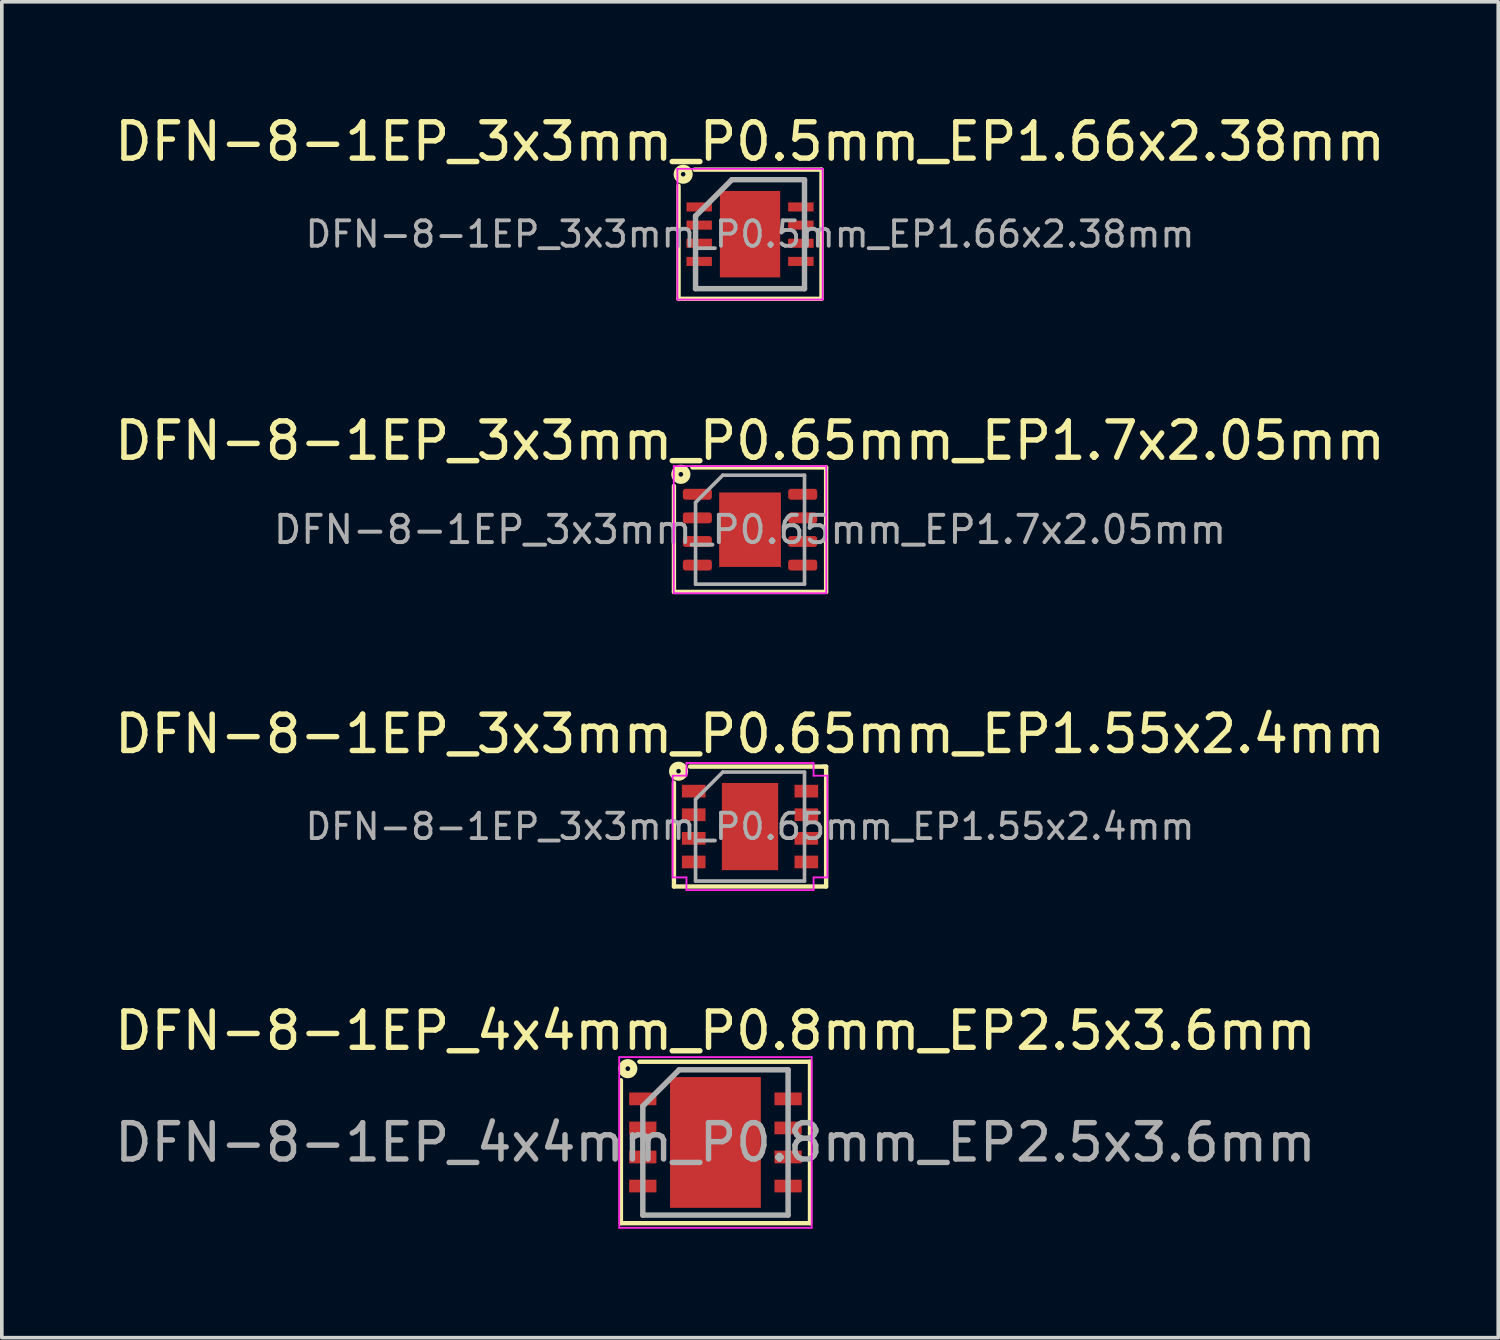
<source format=kicad_pcb>
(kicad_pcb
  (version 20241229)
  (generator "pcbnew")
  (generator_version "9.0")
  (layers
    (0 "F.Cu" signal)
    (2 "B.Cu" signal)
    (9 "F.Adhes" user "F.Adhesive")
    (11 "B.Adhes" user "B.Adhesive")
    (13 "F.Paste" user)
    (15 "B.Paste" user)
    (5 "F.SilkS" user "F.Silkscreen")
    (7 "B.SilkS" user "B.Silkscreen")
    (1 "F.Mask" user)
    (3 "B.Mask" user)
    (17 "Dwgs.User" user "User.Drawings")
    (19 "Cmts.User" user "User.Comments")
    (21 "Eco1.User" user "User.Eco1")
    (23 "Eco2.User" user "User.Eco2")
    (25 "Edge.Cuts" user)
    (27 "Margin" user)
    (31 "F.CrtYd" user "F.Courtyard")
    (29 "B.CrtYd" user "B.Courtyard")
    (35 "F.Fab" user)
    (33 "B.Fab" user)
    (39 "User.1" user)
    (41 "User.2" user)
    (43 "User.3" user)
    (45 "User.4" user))
  (footprint "DFN-8-1EP_4x4mm_P0.8mm_EP2.5x3.6mm"
    (layer "F.Cu")
    (at 16.649 28.406)
    (property "Reference" "DFN-8-1EP_4x4mm_P0.8mm_EP2.5x3.6mm" (at 0 -3.075 0) (layer "F.SilkS") (effects (font (size 1 1) (thickness 0.15))))
    (attr smd)
    (fp_line (start -2.603 2.223) (end -2.603 -1.714) (stroke (width 0.12) (type solid)) (layer "F.SilkS"))
    (fp_line (start -2.095 -2.223) (end 2.603 -2.223) (stroke (width 0.12) (type solid)) (layer "F.SilkS"))
    (fp_line (start 2.603 -2.223) (end 2.603 2.223) (stroke (width 0.12) (type solid)) (layer "F.SilkS"))
    (fp_line (start 2.603 2.223) (end -2.603 2.223) (stroke (width 0.12) (type solid)) (layer "F.SilkS"))
    (fp_circle (center -2.413 -2.032) (end -2.349 -2.032) (stroke (width 0.2) (type solid)) (fill no) (layer "F.SilkS"))
    (fp_line (start -2.65 -2.35) (end -2.65 2.35) (stroke (width 0.05) (type solid)) (layer "F.CrtYd"))
    (fp_line (start -2.65 -2.35) (end 2.65 -2.35) (stroke (width 0.05) (type solid)) (layer "F.CrtYd"))
    (fp_line (start -2.65 2.35) (end 2.65 2.35) (stroke (width 0.05) (type solid)) (layer "F.CrtYd"))
    (fp_line (start 2.65 -2.35) (end 2.65 2.35) (stroke (width 0.05) (type solid)) (layer "F.CrtYd"))
    (fp_line (start -2 -1) (end -1 -2) (stroke (width 0.15) (type solid)) (layer "F.Fab"))
    (fp_line (start -2 2) (end -2 -1) (stroke (width 0.15) (type solid)) (layer "F.Fab"))
    (fp_line (start -1 -2) (end 2 -2) (stroke (width 0.15) (type solid)) (layer "F.Fab"))
    (fp_line (start 2 -2) (end 2 2) (stroke (width 0.15) (type solid)) (layer "F.Fab"))
    (fp_line (start 2 2) (end -2 2) (stroke (width 0.15) (type solid)) (layer "F.Fab"))
    (fp_text user "${REFERENCE}" (at 0 0 0) (layer "F.Fab") (effects (font (size 1 1) (thickness 0.15))))
    (pad "" smd rect (at -0.625 -1.2) (size 1 1) (layers "F.Paste"))
    (pad "" smd rect (at -0.625 0) (size 1 1) (layers "F.Paste"))
    (pad "" smd rect (at -0.625 1.2) (size 1 1) (layers "F.Paste"))
    (pad "" smd rect (at 0.625 -1.2) (size 1 1) (layers "F.Paste"))
    (pad "" smd rect (at 0.625 0) (size 1 1) (layers "F.Paste"))
    (pad "" smd rect (at 0.625 1.2) (size 1 1) (layers "F.Paste"))
    (pad "1" smd rect (at -2 -1.2) (size 0.75 0.35) (layers "F.Cu" "F.Mask" "F.Paste"))
    (pad "2" smd rect (at -2 -0.4) (size 0.75 0.35) (layers "F.Cu" "F.Mask" "F.Paste"))
    (pad "3" smd rect (at -2 0.4) (size 0.75 0.35) (layers "F.Cu" "F.Mask" "F.Paste"))
    (pad "4" smd rect (at -2 1.2) (size 0.75 0.35) (layers "F.Cu" "F.Mask" "F.Paste"))
    (pad "5" smd rect (at 2 1.2) (size 0.75 0.35) (layers "F.Cu" "F.Mask" "F.Paste"))
    (pad "6" smd rect (at 2 0.4) (size 0.75 0.35) (layers "F.Cu" "F.Mask" "F.Paste"))
    (pad "7" smd rect (at 2 -0.4) (size 0.75 0.35) (layers "F.Cu" "F.Mask" "F.Paste"))
    (pad "8" smd rect (at 2 -1.2) (size 0.75 0.35) (layers "F.Cu" "F.Mask" "F.Paste"))
    (pad "9" smd rect (at 0 0) (size 2.5 3.6) (layers "F.Cu" "F.Mask")))
  (footprint "DFN-8-1EP_3x3mm_P0.5mm_EP1.66x2.38mm"
    (layer "F.Cu")
    (at 17.601 3.398)
    (property "Reference" "DFN-8-1EP_3x3mm_P0.5mm_EP1.66x2.38mm" (at 0 -2.55 0) (layer "F.SilkS") (effects (font (size 1 1) (thickness 0.15))))
    (attr smd)
    (fp_line (start -1.968 1.778) (end -1.968 -1.333) (stroke (width 0.12) (type solid)) (layer "F.SilkS"))
    (fp_line (start -1.524 -1.778) (end 1.968 -1.778) (stroke (width 0.12) (type solid)) (layer "F.SilkS"))
    (fp_line (start 1.968 -1.778) (end 1.968 1.778) (stroke (width 0.12) (type solid)) (layer "F.SilkS"))
    (fp_line (start 1.968 1.778) (end -1.968 1.778) (stroke (width 0.12) (type solid)) (layer "F.SilkS"))
    (fp_circle (center -1.841 -1.651) (end -1.778 -1.651) (stroke (width 0.2) (type solid)) (fill no) (layer "F.SilkS"))
    (fp_line (start -2 -1.8) (end -2 1.8) (stroke (width 0.05) (type solid)) (layer "F.CrtYd"))
    (fp_line (start -2 -1.8) (end 2 -1.8) (stroke (width 0.05) (type solid)) (layer "F.CrtYd"))
    (fp_line (start -2 1.8) (end 2 1.8) (stroke (width 0.05) (type solid)) (layer "F.CrtYd"))
    (fp_line (start 2 -1.8) (end 2 1.8) (stroke (width 0.05) (type solid)) (layer "F.CrtYd"))
    (fp_line (start -1.5 -0.5) (end -0.5 -1.5) (stroke (width 0.15) (type solid)) (layer "F.Fab"))
    (fp_line (start -1.5 1.5) (end -1.5 -0.5) (stroke (width 0.15) (type solid)) (layer "F.Fab"))
    (fp_line (start -0.5 -1.5) (end 1.5 -1.5) (stroke (width 0.15) (type solid)) (layer "F.Fab"))
    (fp_line (start 1.5 -1.5) (end 1.5 1.5) (stroke (width 0.15) (type solid)) (layer "F.Fab"))
    (fp_line (start 1.5 1.5) (end -1.5 1.5) (stroke (width 0.15) (type solid)) (layer "F.Fab"))
    (fp_text user "${REFERENCE}" (at 0 0 0) (layer "F.Fab") (effects (font (size 0.7 0.7) (thickness 0.105))))
    (pad "" smd rect (at -0.415 -0.595) (size 0.64 1) (layers "F.Paste"))
    (pad "" smd rect (at -0.415 0.595) (size 0.64 1) (layers "F.Paste"))
    (pad "" smd rect (at 0.415 -0.595) (size 0.64 1) (layers "F.Paste"))
    (pad "" smd rect (at 0.415 0.595) (size 0.64 1) (layers "F.Paste"))
    (pad "1" smd rect (at -1.4 -0.75) (size 0.7 0.25) (layers "F.Cu" "F.Mask" "F.Paste"))
    (pad "2" smd rect (at -1.4 -0.25) (size 0.7 0.25) (layers "F.Cu" "F.Mask" "F.Paste"))
    (pad "3" smd rect (at -1.4 0.25) (size 0.7 0.25) (layers "F.Cu" "F.Mask" "F.Paste"))
    (pad "4" smd rect (at -1.4 0.75) (size 0.7 0.25) (layers "F.Cu" "F.Mask" "F.Paste"))
    (pad "5" smd rect (at 1.4 0.75) (size 0.7 0.25) (layers "F.Cu" "F.Mask" "F.Paste"))
    (pad "6" smd rect (at 1.4 0.25) (size 0.7 0.25) (layers "F.Cu" "F.Mask" "F.Paste"))
    (pad "7" smd rect (at 1.4 -0.25) (size 0.7 0.25) (layers "F.Cu" "F.Mask" "F.Paste"))
    (pad "8" smd rect (at 1.4 -0.75) (size 0.7 0.25) (layers "F.Cu" "F.Mask" "F.Paste"))
    (pad "9" smd rect (at 0 0) (size 1.66 2.38) (layers "F.Cu" "F.Mask")))
  (footprint "DFN-8-1EP_3x3mm_P0.65mm_EP1.55x2.4mm"
    (layer "F.Cu")
    (at 17.601 19.708)
    (property "Reference" "DFN-8-1EP_3x3mm_P0.65mm_EP1.55x2.4mm" (at 0 -2.55 0) (layer "F.SilkS") (effects (font (size 1 1) (thickness 0.15))))
    (attr smd)
    (fp_line (start -2.095 1.651) (end -2.095 -1.206) (stroke (width 0.12) (type solid)) (layer "F.SilkS"))
    (fp_line (start -1.651 -1.651) (end 2.032 -1.651) (stroke (width 0.12) (type solid)) (layer "F.SilkS"))
    (fp_line (start 2.032 -1.651) (end 2.095 -1.651) (stroke (width 0.12) (type solid)) (layer "F.SilkS"))
    (fp_line (start 2.095 -1.651) (end 2.095 1.651) (stroke (width 0.12) (type solid)) (layer "F.SilkS"))
    (fp_line (start 2.095 1.651) (end -2.095 1.651) (stroke (width 0.12) (type solid)) (layer "F.SilkS"))
    (fp_circle (center -1.968 -1.524) (end -1.905 -1.524) (stroke (width 0.2) (type solid)) (fill no) (layer "F.SilkS"))
    (fp_line (start -2.13 -1.4) (end -2.13 1.4) (stroke (width 0.05) (type solid)) (layer "F.CrtYd"))
    (fp_line (start -1.75 -1.75) (end -1.75 -1.4) (stroke (width 0.05) (type solid)) (layer "F.CrtYd"))
    (fp_line (start -1.75 -1.75) (end 1.75 -1.75) (stroke (width 0.05) (type solid)) (layer "F.CrtYd"))
    (fp_line (start -1.75 -1.4) (end -2.13 -1.4) (stroke (width 0.05) (type solid)) (layer "F.CrtYd"))
    (fp_line (start -1.75 1.4) (end -2.13 1.4) (stroke (width 0.05) (type solid)) (layer "F.CrtYd"))
    (fp_line (start -1.75 1.75) (end -1.75 1.4) (stroke (width 0.05) (type solid)) (layer "F.CrtYd"))
    (fp_line (start -1.75 1.75) (end 1.75 1.75) (stroke (width 0.05) (type solid)) (layer "F.CrtYd"))
    (fp_line (start 1.75 -1.75) (end 1.75 -1.4) (stroke (width 0.05) (type solid)) (layer "F.CrtYd"))
    (fp_line (start 1.75 -1.4) (end 2.13 -1.4) (stroke (width 0.05) (type solid)) (layer "F.CrtYd"))
    (fp_line (start 1.75 1.4) (end 2.13 1.4) (stroke (width 0.05) (type solid)) (layer "F.CrtYd"))
    (fp_line (start 1.75 1.75) (end 1.75 1.4) (stroke (width 0.05) (type solid)) (layer "F.CrtYd"))
    (fp_line (start 2.13 -1.4) (end 2.13 1.4) (stroke (width 0.05) (type solid)) (layer "F.CrtYd"))
    (fp_line (start -1.5 -0.75) (end -0.75 -1.5) (stroke (width 0.1) (type solid)) (layer "F.Fab"))
    (fp_line (start -1.5 1.5) (end -1.5 -0.75) (stroke (width 0.1) (type solid)) (layer "F.Fab"))
    (fp_line (start -0.75 -1.5) (end 1.5 -1.5) (stroke (width 0.1) (type solid)) (layer "F.Fab"))
    (fp_line (start 1.5 -1.5) (end 1.5 1.5) (stroke (width 0.1) (type solid)) (layer "F.Fab"))
    (fp_line (start 1.5 1.5) (end -1.5 1.5) (stroke (width 0.1) (type solid)) (layer "F.Fab"))
    (fp_text user "${REFERENCE}" (at 0 0 0) (layer "F.Fab") (effects (font (size 0.7 0.7) (thickness 0.105))))
    (pad "" smd rect (at -0.388 -0.6) (size 0.6 1) (layers "F.Paste"))
    (pad "" smd rect (at -0.388 0.6) (size 0.6 1) (layers "F.Paste"))
    (pad "" smd rect (at 0.388 -0.6) (size 0.6 1) (layers "F.Paste"))
    (pad "" smd rect (at 0.388 0.6) (size 0.6 1) (layers "F.Paste"))
    (pad "1" smd rect (at -1.55 -0.975) (size 0.65 0.35) (layers "F.Cu" "F.Mask" "F.Paste"))
    (pad "2" smd rect (at -1.55 -0.325) (size 0.65 0.35) (layers "F.Cu" "F.Mask" "F.Paste"))
    (pad "3" smd rect (at -1.55 0.325) (size 0.65 0.35) (layers "F.Cu" "F.Mask" "F.Paste"))
    (pad "4" smd rect (at -1.55 0.975) (size 0.65 0.35) (layers "F.Cu" "F.Mask" "F.Paste"))
    (pad "5" smd rect (at 1.55 0.975) (size 0.65 0.35) (layers "F.Cu" "F.Mask" "F.Paste"))
    (pad "6" smd rect (at 1.55 0.325) (size 0.65 0.35) (layers "F.Cu" "F.Mask" "F.Paste"))
    (pad "7" smd rect (at 1.55 -0.325) (size 0.65 0.35) (layers "F.Cu" "F.Mask" "F.Paste"))
    (pad "8" smd rect (at 1.55 -0.975) (size 0.65 0.35) (layers "F.Cu" "F.Mask" "F.Paste"))
    (pad "9" smd rect (at 0 0) (size 1.55 2.4) (layers "F.Cu" "F.Mask")))
  (footprint "DFN-8-1EP_3x3mm_P0.65mm_EP1.7x2.05mm"
    (layer "F.Cu")
    (at 17.601 11.534)
    (property "Reference" "DFN-8-1EP_3x3mm_P0.65mm_EP1.7x2.05mm" (at 0 -2.45 0) (layer "F.SilkS") (effects (font (size 1 1) (thickness 0.15))))
    (attr smd)
    (fp_line (start -2.095 1.714) (end -2.095 -1.206) (stroke (width 0.12) (type solid)) (layer "F.SilkS"))
    (fp_line (start -1.587 -1.714) (end 2.095 -1.714) (stroke (width 0.12) (type solid)) (layer "F.SilkS"))
    (fp_line (start 2.095 -1.714) (end 2.095 1.714) (stroke (width 0.12) (type solid)) (layer "F.SilkS"))
    (fp_line (start 2.095 1.714) (end -2.095 1.714) (stroke (width 0.12) (type solid)) (layer "F.SilkS"))
    (fp_circle (center -1.905 -1.524) (end -1.841 -1.524) (stroke (width 0.2) (type solid)) (fill no) (layer "F.SilkS"))
    (fp_line (start -2.1 -1.75) (end -2.1 1.75) (stroke (width 0.05) (type solid)) (layer "F.CrtYd"))
    (fp_line (start -2.1 1.75) (end 2.1 1.75) (stroke (width 0.05) (type solid)) (layer "F.CrtYd"))
    (fp_line (start 2.1 -1.75) (end -2.1 -1.75) (stroke (width 0.05) (type solid)) (layer "F.CrtYd"))
    (fp_line (start 2.1 1.75) (end 2.1 -1.75) (stroke (width 0.05) (type solid)) (layer "F.CrtYd"))
    (fp_line (start -1.5 -0.75) (end -0.75 -1.5) (stroke (width 0.1) (type solid)) (layer "F.Fab"))
    (fp_line (start -1.5 1.5) (end -1.5 -0.75) (stroke (width 0.1) (type solid)) (layer "F.Fab"))
    (fp_line (start -0.75 -1.5) (end 1.5 -1.5) (stroke (width 0.1) (type solid)) (layer "F.Fab"))
    (fp_line (start 1.5 -1.5) (end 1.5 1.5) (stroke (width 0.1) (type solid)) (layer "F.Fab"))
    (fp_line (start 1.5 1.5) (end -1.5 1.5) (stroke (width 0.1) (type solid)) (layer "F.Fab"))
    (fp_text user "${REFERENCE}" (at 0 0 0) (layer "F.Fab") (effects (font (size 0.75 0.75) (thickness 0.11))))
    (pad "" smd roundrect (at -0.425 -0.51) (size 0.69 0.83) (layers "F.Paste") (roundrect_rratio 0.25))
    (pad "" smd roundrect (at -0.425 0.51) (size 0.69 0.83) (layers "F.Paste") (roundrect_rratio 0.25))
    (pad "" smd roundrect (at 0.425 -0.51) (size 0.69 0.83) (layers "F.Paste") (roundrect_rratio 0.25))
    (pad "" smd roundrect (at 0.425 0.51) (size 0.69 0.83) (layers "F.Paste") (roundrect_rratio 0.25))
    (pad "1" smd roundrect (at -1.45 -0.975) (size 0.8 0.3) (layers "F.Cu" "F.Mask" "F.Paste") (roundrect_rratio 0.25))
    (pad "2" smd roundrect (at -1.45 -0.325) (size 0.8 0.3) (layers "F.Cu" "F.Mask" "F.Paste") (roundrect_rratio 0.25))
    (pad "3" smd roundrect (at -1.45 0.325) (size 0.8 0.3) (layers "F.Cu" "F.Mask" "F.Paste") (roundrect_rratio 0.25))
    (pad "4" smd roundrect (at -1.45 0.975) (size 0.8 0.3) (layers "F.Cu" "F.Mask" "F.Paste") (roundrect_rratio 0.25))
    (pad "5" smd roundrect (at 1.45 0.975) (size 0.8 0.3) (layers "F.Cu" "F.Mask" "F.Paste") (roundrect_rratio 0.25))
    (pad "6" smd roundrect (at 1.45 0.325) (size 0.8 0.3) (layers "F.Cu" "F.Mask" "F.Paste") (roundrect_rratio 0.25))
    (pad "7" smd roundrect (at 1.45 -0.325) (size 0.8 0.3) (layers "F.Cu" "F.Mask" "F.Paste") (roundrect_rratio 0.25))
    (pad "8" smd roundrect (at 1.45 -0.975) (size 0.8 0.3) (layers "F.Cu" "F.Mask" "F.Paste") (roundrect_rratio 0.25))
    (pad "9" smd rect (at 0 0) (size 1.7 2.05) (layers "F.Cu" "F.Mask")))
  (gr_rect
    (start -3 -3)
    (end 38.202 33.781)
    (stroke (width 0.1) (type default))
    (fill no)
    (layer "Edge.Cuts")))
</source>
